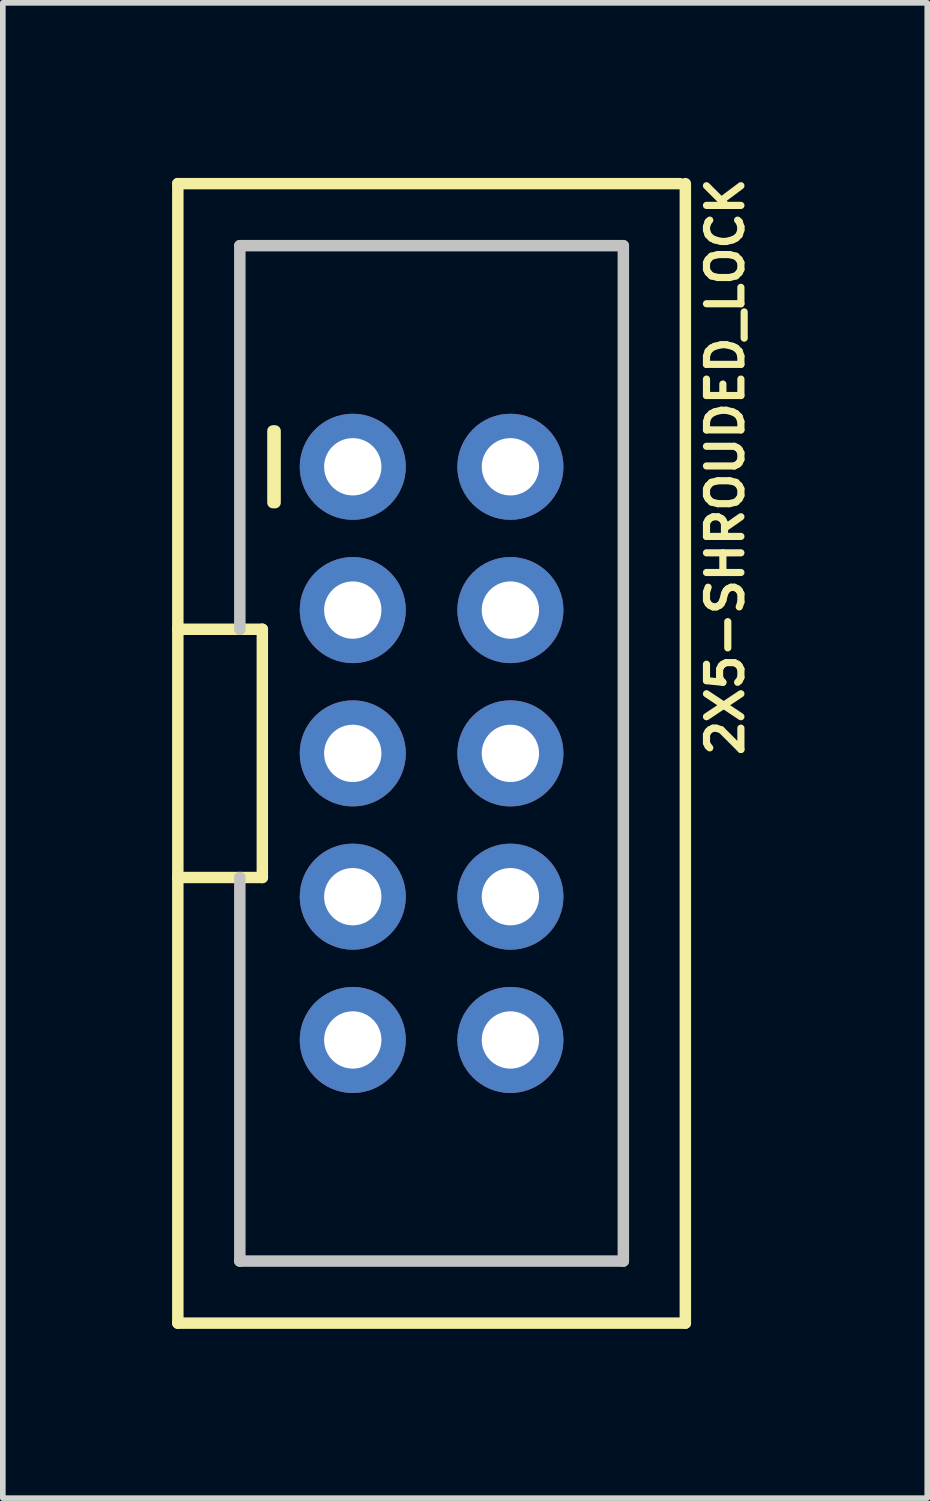
<source format=kicad_pcb>
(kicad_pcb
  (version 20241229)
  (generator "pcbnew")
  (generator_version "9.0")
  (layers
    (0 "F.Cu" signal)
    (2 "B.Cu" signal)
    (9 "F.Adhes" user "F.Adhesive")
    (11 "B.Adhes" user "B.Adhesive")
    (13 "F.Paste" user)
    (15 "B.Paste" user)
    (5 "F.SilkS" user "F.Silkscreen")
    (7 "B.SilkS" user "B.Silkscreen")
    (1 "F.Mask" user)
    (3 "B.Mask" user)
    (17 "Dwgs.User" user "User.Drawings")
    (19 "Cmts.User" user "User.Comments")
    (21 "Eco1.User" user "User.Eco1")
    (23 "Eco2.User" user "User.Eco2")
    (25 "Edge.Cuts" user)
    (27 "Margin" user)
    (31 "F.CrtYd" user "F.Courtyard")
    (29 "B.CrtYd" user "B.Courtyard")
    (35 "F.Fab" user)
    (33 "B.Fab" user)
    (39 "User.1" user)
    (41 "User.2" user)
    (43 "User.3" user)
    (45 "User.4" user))
  (footprint "2X5-SHROUDED_LOCK"
    (layer "F.Cu")
    (at 4.6 10.304)
    (property "Reference" "2X5-SHROUDED_LOCK" (at 5.207 -5.08 90) (layer "F.SilkS") (effects (font (size 0.61 0.61) (thickness 0.127))))
    (attr exclude_from_pos_files exclude_from_bom)
    (fp_line (start -4.498 -10.099) (end 4.399 -10.099) (stroke (width 0.203) (type solid)) (layer "F.SilkS"))
    (fp_line (start -4.498 -2.2) (end -4.498 -10.099) (stroke (width 0.203) (type solid)) (layer "F.SilkS"))
    (fp_line (start -4.498 -2.2) (end -3 -2.2) (stroke (width 0.203) (type solid)) (layer "F.SilkS"))
    (fp_line (start -4.498 2.2) (end -4.498 -2.2) (stroke (width 0.203) (type solid)) (layer "F.SilkS"))
    (fp_line (start -4.498 10.099) (end -4.498 2.2) (stroke (width 0.203) (type solid)) (layer "F.SilkS"))
    (fp_line (start -3 -2.2) (end -3 2.2) (stroke (width 0.203) (type solid)) (layer "F.SilkS"))
    (fp_line (start -3 2.2) (end -4.498 2.2) (stroke (width 0.203) (type solid)) (layer "F.SilkS"))
    (fp_line (start -2.812 -5.715) (end -2.812 -4.445) (stroke (width 0.203) (type solid)) (layer "F.SilkS"))
    (fp_line (start -2.774 -5.715) (end -2.774 -4.445) (stroke (width 0.203) (type solid)) (layer "F.SilkS"))
    (fp_line (start 4.498 -10.099) (end 4.498 10.099) (stroke (width 0.203) (type solid)) (layer "F.SilkS"))
    (fp_line (start 4.498 10.099) (end -4.498 10.099) (stroke (width 0.203) (type solid)) (layer "F.SilkS"))
    (fp_line (start -3.399 -8.999) (end -3.399 -2.2) (stroke (width 0.203) (type solid)) (layer "Dwgs.User"))
    (fp_line (start -3.399 -8.999) (end 3.399 -8.999) (stroke (width 0.203) (type solid)) (layer "Dwgs.User"))
    (fp_line (start -3.399 8.999) (end -3.399 2.2) (stroke (width 0.203) (type solid)) (layer "Dwgs.User"))
    (fp_line (start -3.399 8.999) (end 3.399 8.999) (stroke (width 0.203) (type solid)) (layer "Dwgs.User"))
    (fp_line (start -1.524 -5.334) (end -1.016 -5.334) (stroke (width 0.066) (type solid)) (layer "Dwgs.User"))
    (fp_line (start -1.524 -4.826) (end -1.524 -5.334) (stroke (width 0.066) (type solid)) (layer "Dwgs.User"))
    (fp_line (start -1.524 -4.826) (end -1.016 -4.826) (stroke (width 0.066) (type solid)) (layer "Dwgs.User"))
    (fp_line (start -1.524 -2.794) (end -1.016 -2.794) (stroke (width 0.066) (type solid)) (layer "Dwgs.User"))
    (fp_line (start -1.524 -2.286) (end -1.524 -2.794) (stroke (width 0.066) (type solid)) (layer "Dwgs.User"))
    (fp_line (start -1.524 -2.286) (end -1.016 -2.286) (stroke (width 0.066) (type solid)) (layer "Dwgs.User"))
    (fp_line (start -1.524 -0.254) (end -1.016 -0.254) (stroke (width 0.066) (type solid)) (layer "Dwgs.User"))
    (fp_line (start -1.524 0.254) (end -1.524 -0.254) (stroke (width 0.066) (type solid)) (layer "Dwgs.User"))
    (fp_line (start -1.524 0.254) (end -1.016 0.254) (stroke (width 0.066) (type solid)) (layer "Dwgs.User"))
    (fp_line (start -1.524 2.286) (end -1.016 2.286) (stroke (width 0.066) (type solid)) (layer "Dwgs.User"))
    (fp_line (start -1.524 2.286) (end -1.016 2.286) (stroke (width 0.066) (type solid)) (layer "Dwgs.User"))
    (fp_line (start -1.524 2.794) (end -1.524 2.286) (stroke (width 0.066) (type solid)) (layer "Dwgs.User"))
    (fp_line (start -1.524 2.794) (end -1.524 2.286) (stroke (width 0.066) (type solid)) (layer "Dwgs.User"))
    (fp_line (start -1.524 2.794) (end -1.016 2.794) (stroke (width 0.066) (type solid)) (layer "Dwgs.User"))
    (fp_line (start -1.524 2.794) (end -1.016 2.794) (stroke (width 0.066) (type solid)) (layer "Dwgs.User"))
    (fp_line (start -1.524 4.826) (end -1.016 4.826) (stroke (width 0.066) (type solid)) (layer "Dwgs.User"))
    (fp_line (start -1.524 5.334) (end -1.524 4.826) (stroke (width 0.066) (type solid)) (layer "Dwgs.User"))
    (fp_line (start -1.524 5.334) (end -1.016 5.334) (stroke (width 0.066) (type solid)) (layer "Dwgs.User"))
    (fp_line (start -1.016 -4.826) (end -1.016 -5.334) (stroke (width 0.066) (type solid)) (layer "Dwgs.User"))
    (fp_line (start -1.016 -2.286) (end -1.016 -2.794) (stroke (width 0.066) (type solid)) (layer "Dwgs.User"))
    (fp_line (start -1.016 0.254) (end -1.016 -0.254) (stroke (width 0.066) (type solid)) (layer "Dwgs.User"))
    (fp_line (start -1.016 2.794) (end -1.016 2.286) (stroke (width 0.066) (type solid)) (layer "Dwgs.User"))
    (fp_line (start -1.016 2.794) (end -1.016 2.286) (stroke (width 0.066) (type solid)) (layer "Dwgs.User"))
    (fp_line (start -1.016 5.334) (end -1.016 4.826) (stroke (width 0.066) (type solid)) (layer "Dwgs.User"))
    (fp_line (start 1.016 -5.334) (end 1.524 -5.334) (stroke (width 0.066) (type solid)) (layer "Dwgs.User"))
    (fp_line (start 1.016 -4.826) (end 1.016 -5.334) (stroke (width 0.066) (type solid)) (layer "Dwgs.User"))
    (fp_line (start 1.016 -4.826) (end 1.524 -4.826) (stroke (width 0.066) (type solid)) (layer "Dwgs.User"))
    (fp_line (start 1.016 -2.794) (end 1.524 -2.794) (stroke (width 0.066) (type solid)) (layer "Dwgs.User"))
    (fp_line (start 1.016 -2.286) (end 1.016 -2.794) (stroke (width 0.066) (type solid)) (layer "Dwgs.User"))
    (fp_line (start 1.016 -2.286) (end 1.524 -2.286) (stroke (width 0.066) (type solid)) (layer "Dwgs.User"))
    (fp_line (start 1.016 -0.254) (end 1.524 -0.254) (stroke (width 0.066) (type solid)) (layer "Dwgs.User"))
    (fp_line (start 1.016 0.254) (end 1.016 -0.254) (stroke (width 0.066) (type solid)) (layer "Dwgs.User"))
    (fp_line (start 1.016 0.254) (end 1.524 0.254) (stroke (width 0.066) (type solid)) (layer "Dwgs.User"))
    (fp_line (start 1.016 2.286) (end 1.524 2.286) (stroke (width 0.066) (type solid)) (layer "Dwgs.User"))
    (fp_line (start 1.016 2.286) (end 1.524 2.286) (stroke (width 0.066) (type solid)) (layer "Dwgs.User"))
    (fp_line (start 1.016 2.794) (end 1.016 2.286) (stroke (width 0.066) (type solid)) (layer "Dwgs.User"))
    (fp_line (start 1.016 2.794) (end 1.016 2.286) (stroke (width 0.066) (type solid)) (layer "Dwgs.User"))
    (fp_line (start 1.016 2.794) (end 1.524 2.794) (stroke (width 0.066) (type solid)) (layer "Dwgs.User"))
    (fp_line (start 1.016 2.794) (end 1.524 2.794) (stroke (width 0.066) (type solid)) (layer "Dwgs.User"))
    (fp_line (start 1.016 4.826) (end 1.524 4.826) (stroke (width 0.066) (type solid)) (layer "Dwgs.User"))
    (fp_line (start 1.016 5.334) (end 1.016 4.826) (stroke (width 0.066) (type solid)) (layer "Dwgs.User"))
    (fp_line (start 1.016 5.334) (end 1.524 5.334) (stroke (width 0.066) (type solid)) (layer "Dwgs.User"))
    (fp_line (start 1.524 -4.826) (end 1.524 -5.334) (stroke (width 0.066) (type solid)) (layer "Dwgs.User"))
    (fp_line (start 1.524 -2.286) (end 1.524 -2.794) (stroke (width 0.066) (type solid)) (layer "Dwgs.User"))
    (fp_line (start 1.524 0.254) (end 1.524 -0.254) (stroke (width 0.066) (type solid)) (layer "Dwgs.User"))
    (fp_line (start 1.524 2.794) (end 1.524 2.286) (stroke (width 0.066) (type solid)) (layer "Dwgs.User"))
    (fp_line (start 1.524 2.794) (end 1.524 2.286) (stroke (width 0.066) (type solid)) (layer "Dwgs.User"))
    (fp_line (start 1.524 5.334) (end 1.524 4.826) (stroke (width 0.066) (type solid)) (layer "Dwgs.User"))
    (fp_line (start 3.399 -8.999) (end 3.399 8.999) (stroke (width 0.203) (type solid)) (layer "Dwgs.User"))
    (pad "1" thru_hole circle (at -1.397 -5.08) (size 1.88 1.88) (drill 1.016) (layers "*.Cu" "*.Paste" "*.Mask"))
    (pad "2" thru_hole circle (at 1.397 -5.08) (size 1.88 1.88) (drill 1.016) (layers "*.Cu" "*.Paste" "*.Mask"))
    (pad "3" thru_hole circle (at -1.397 -2.54) (size 1.88 1.88) (drill 1.016) (layers "*.Cu" "*.Paste" "*.Mask"))
    (pad "4" thru_hole circle (at 1.397 -2.54) (size 1.88 1.88) (drill 1.016) (layers "*.Cu" "*.Paste" "*.Mask"))
    (pad "5" thru_hole circle (at -1.397 0) (size 1.88 1.88) (drill 1.016) (layers "*.Cu" "*.Paste" "*.Mask"))
    (pad "6" thru_hole circle (at 1.397 0) (size 1.88 1.88) (drill 1.016) (layers "*.Cu" "*.Paste" "*.Mask"))
    (pad "7" thru_hole circle (at -1.397 2.54) (size 1.88 1.88) (drill 1.016) (layers "*.Cu" "*.Paste" "*.Mask"))
    (pad "8" thru_hole circle (at 1.397 2.54) (size 1.88 1.88) (drill 1.016) (layers "*.Cu" "*.Paste" "*.Mask"))
    (pad "9" thru_hole circle (at -1.397 5.08) (size 1.88 1.88) (drill 1.016) (layers "*.Cu" "*.Paste" "*.Mask"))
    (pad "10" thru_hole circle (at 1.397 5.08) (size 1.88 1.88) (drill 1.016) (layers "*.Cu" "*.Paste" "*.Mask")))
  (gr_rect
    (start -3 -3)
    (end 13.386 23.505)
    (stroke (width 0.1) (type default))
    (fill no)
    (layer "Edge.Cuts")))
</source>
